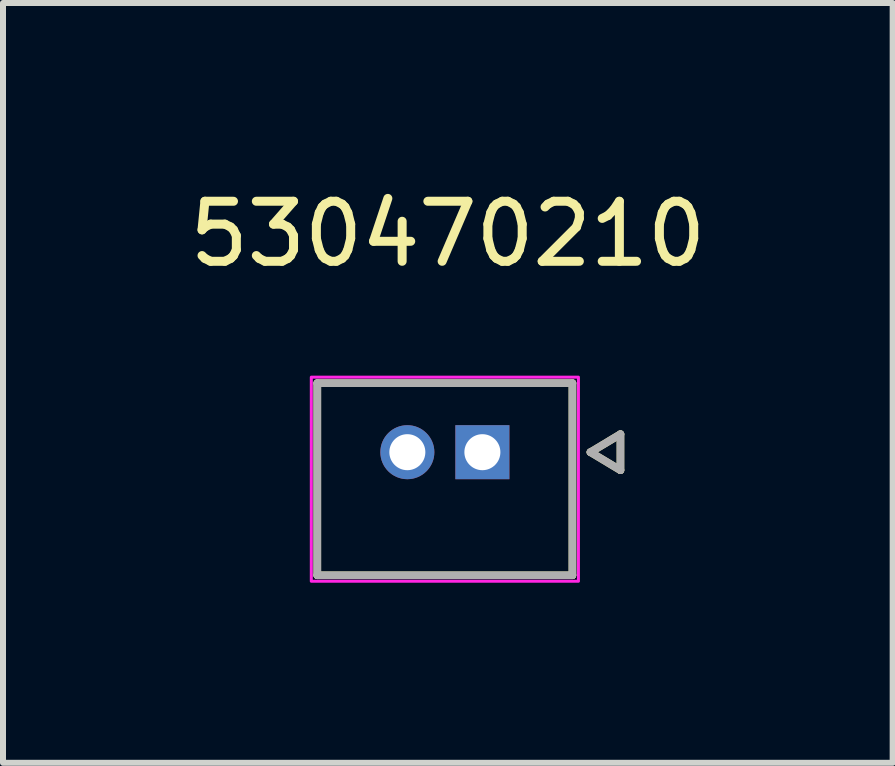
<source format=kicad_pcb>
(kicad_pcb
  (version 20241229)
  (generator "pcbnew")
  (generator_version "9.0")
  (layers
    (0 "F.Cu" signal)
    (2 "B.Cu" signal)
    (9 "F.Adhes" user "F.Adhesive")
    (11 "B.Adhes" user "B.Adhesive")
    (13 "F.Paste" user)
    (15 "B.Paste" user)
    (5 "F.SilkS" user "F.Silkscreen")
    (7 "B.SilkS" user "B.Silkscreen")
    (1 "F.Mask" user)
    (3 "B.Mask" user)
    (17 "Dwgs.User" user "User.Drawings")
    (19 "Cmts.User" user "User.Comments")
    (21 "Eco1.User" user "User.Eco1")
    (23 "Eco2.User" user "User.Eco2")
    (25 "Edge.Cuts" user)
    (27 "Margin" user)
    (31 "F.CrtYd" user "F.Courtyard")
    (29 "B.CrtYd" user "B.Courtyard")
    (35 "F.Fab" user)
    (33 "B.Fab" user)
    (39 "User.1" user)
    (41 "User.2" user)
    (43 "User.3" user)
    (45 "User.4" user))
  (footprint "530470210"
    (layer "F.Cu")
    (at 4.986 4.483)
    (property "Reference" "530470210" (at -0.575 -3.635 0) (layer "F.SilkS") (effects (font (size 1 1) (thickness 0.15))))
    (attr through_hole)
    (fp_circle (center -1.25 0) (end -0.999 0) (stroke (width 0.501) (type solid)) (fill no) (layer "F.Mask"))
    (fp_poly (pts (xy -0.501 -0.501) (xy 0.501 -0.501) (xy 0.501 0.501) (xy -0.501 0.501)) (stroke (width 0.01) (type solid)) (fill yes) (layer "F.Mask"))
    (fp_circle (center -1.25 0) (end -0.999 0) (stroke (width 0.501) (type solid)) (fill no) (layer "B.Mask"))
    (fp_poly (pts (xy -0.501 -0.501) (xy 0.501 -0.501) (xy 0.501 0.501) (xy -0.501 0.501)) (stroke (width 0.01) (type solid)) (fill yes) (layer "B.Mask"))
    (fp_line (start -2.75 -1.15) (end 1.5 -1.15) (stroke (width 0.127) (type solid)) (layer "F.SilkS"))
    (fp_line (start -2.75 2.05) (end -2.75 -1.15) (stroke (width 0.127) (type solid)) (layer "F.SilkS"))
    (fp_line (start 1.5 -1.15) (end 1.5 2.05) (stroke (width 0.127) (type solid)) (layer "F.SilkS"))
    (fp_line (start 1.5 2.05) (end -2.75 2.05) (stroke (width 0.127) (type solid)) (layer "F.SilkS"))
    (fp_line (start 1.8 0) (end 2.3 -0.3) (stroke (width 0.127) (type solid)) (layer "F.SilkS"))
    (fp_line (start 2.3 -0.3) (end 2.3 0.3) (stroke (width 0.127) (type solid)) (layer "F.SilkS"))
    (fp_line (start 2.3 0.3) (end 1.8 0) (stroke (width 0.127) (type solid)) (layer "F.SilkS"))
    (fp_rect (start -2.85 -1.25) (end 1.6 2.15) (stroke (width 0.05) (type solid)) (fill no) (layer "F.CrtYd"))
    (fp_line (start -2.75 -1.15) (end 1.5 -1.15) (stroke (width 0.127) (type solid)) (layer "F.Fab"))
    (fp_line (start -2.75 2.05) (end -2.75 -1.15) (stroke (width 0.127) (type solid)) (layer "F.Fab"))
    (fp_line (start 1.5 -1.15) (end 1.5 2.05) (stroke (width 0.127) (type solid)) (layer "F.Fab"))
    (fp_line (start 1.5 2.05) (end -2.75 2.05) (stroke (width 0.127) (type solid)) (layer "F.Fab"))
    (fp_line (start 1.8 0) (end 2.3 -0.3) (stroke (width 0.127) (type solid)) (layer "F.Fab"))
    (fp_line (start 2.3 -0.3) (end 2.3 0.3) (stroke (width 0.127) (type solid)) (layer "F.Fab"))
    (fp_line (start 2.3 0.3) (end 1.8 0) (stroke (width 0.127) (type solid)) (layer "F.Fab"))
    (pad "1" thru_hole rect (at 0 0) (size 0.9 0.9) (drill 0.6) (layers "*.Cu"))
    (pad "2" thru_hole circle (at -1.25 0) (size 0.9 0.9) (drill 0.6) (layers "*.Cu")))
  (gr_rect
    (start -3 -3)
    (end 11.821 9.658)
    (stroke (width 0.1) (type default))
    (fill no)
    (layer "Edge.Cuts")))
</source>
